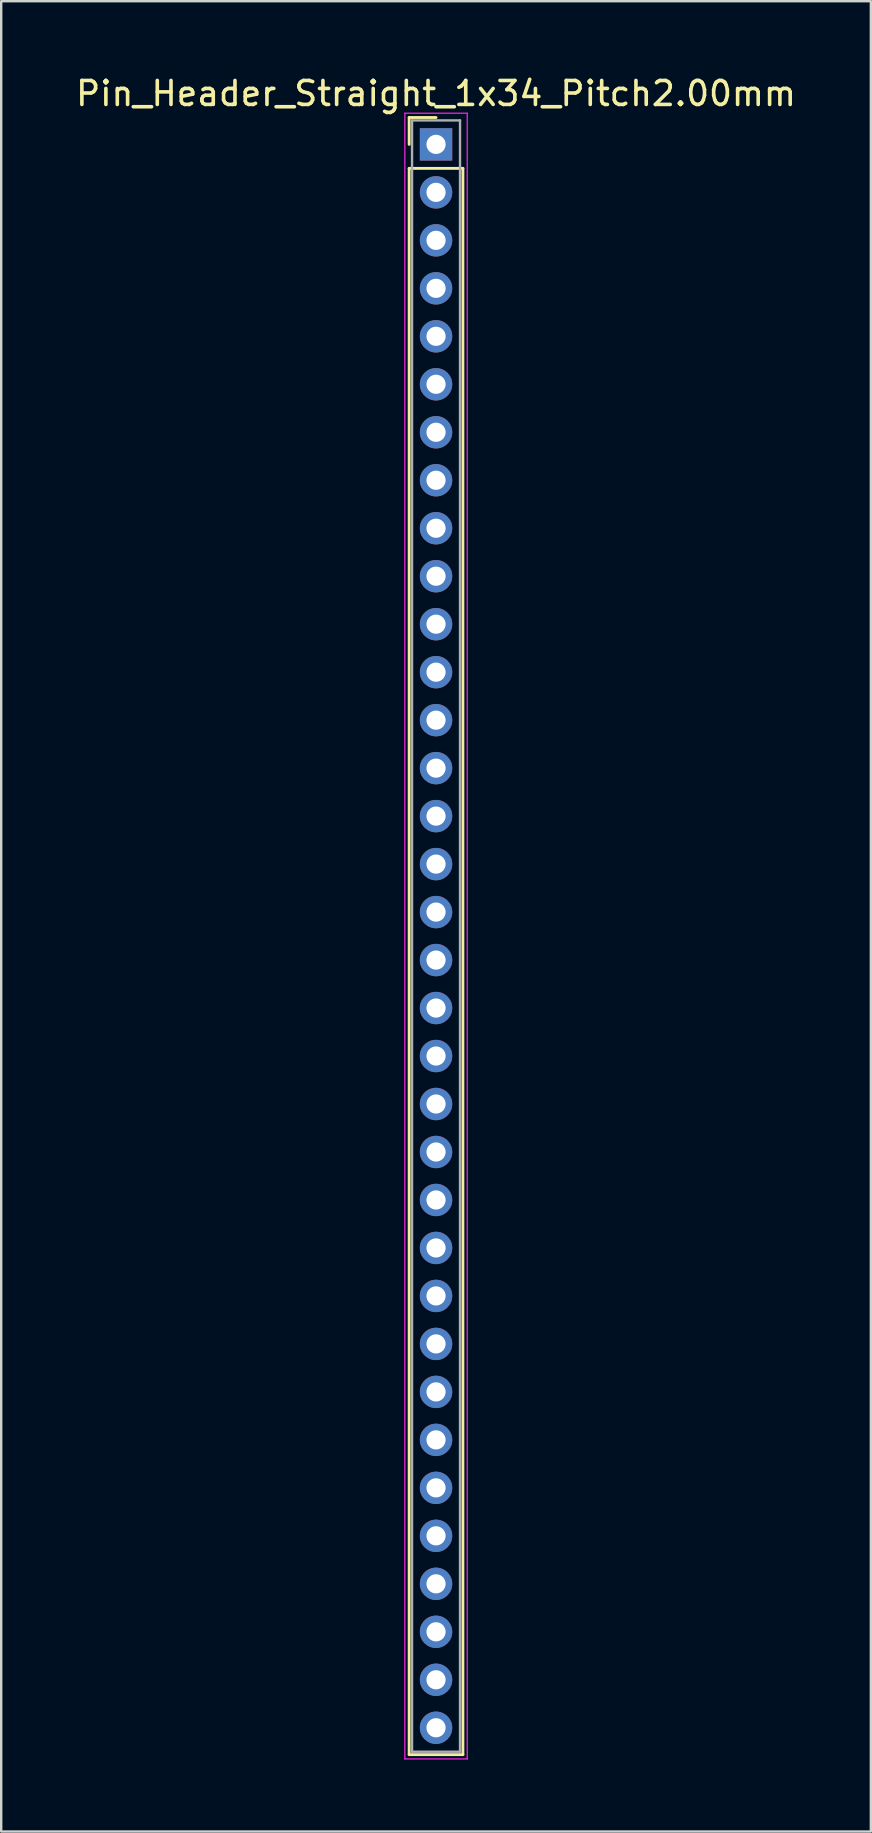
<source format=kicad_pcb>
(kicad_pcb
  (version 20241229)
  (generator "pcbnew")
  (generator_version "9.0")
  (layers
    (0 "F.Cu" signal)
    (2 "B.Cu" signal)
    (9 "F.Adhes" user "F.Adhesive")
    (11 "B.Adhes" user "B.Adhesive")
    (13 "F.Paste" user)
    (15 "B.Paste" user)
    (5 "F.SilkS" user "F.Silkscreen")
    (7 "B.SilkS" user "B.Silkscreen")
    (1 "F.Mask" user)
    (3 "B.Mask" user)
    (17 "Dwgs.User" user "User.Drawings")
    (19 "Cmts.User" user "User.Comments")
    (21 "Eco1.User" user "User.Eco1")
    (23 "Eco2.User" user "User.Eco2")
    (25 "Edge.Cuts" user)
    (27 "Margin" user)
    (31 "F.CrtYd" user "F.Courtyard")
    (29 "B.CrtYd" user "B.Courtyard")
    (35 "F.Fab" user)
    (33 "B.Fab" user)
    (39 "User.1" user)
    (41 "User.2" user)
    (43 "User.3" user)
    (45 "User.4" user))
  (footprint "Pin_Header_Straight_1x34_Pitch2.00mm"
    (layer "F.Cu")
    (at 15.125 2.968)
    (property "Reference" "Pin_Header_Straight_1x34_Pitch2.00mm" (at 0 -2.12 0) (layer "F.SilkS") (effects (font (size 1 1) (thickness 0.15))))
    (attr through_hole)
    (fp_line (start -1.12 -1.12) (end 0 -1.12) (stroke (width 0.12) (type solid)) (layer "F.SilkS"))
    (fp_line (start -1.12 0) (end -1.12 -1.12) (stroke (width 0.12) (type solid)) (layer "F.SilkS"))
    (fp_line (start -1.12 1) (end -1.12 67.12) (stroke (width 0.12) (type solid)) (layer "F.SilkS"))
    (fp_line (start -1.12 67.12) (end 1.12 67.12) (stroke (width 0.12) (type solid)) (layer "F.SilkS"))
    (fp_line (start 1.12 1) (end -1.12 1) (stroke (width 0.12) (type solid)) (layer "F.SilkS"))
    (fp_line (start 1.12 67.12) (end 1.12 1) (stroke (width 0.12) (type solid)) (layer "F.SilkS"))
    (fp_line (start -1.3 -1.3) (end -1.3 67.3) (stroke (width 0.05) (type solid)) (layer "F.CrtYd"))
    (fp_line (start -1.3 67.3) (end 1.3 67.3) (stroke (width 0.05) (type solid)) (layer "F.CrtYd"))
    (fp_line (start 1.3 -1.3) (end -1.3 -1.3) (stroke (width 0.05) (type solid)) (layer "F.CrtYd"))
    (fp_line (start 1.3 67.3) (end 1.3 -1.3) (stroke (width 0.05) (type solid)) (layer "F.CrtYd"))
    (fp_line (start -1 -1) (end -1 67) (stroke (width 0.1) (type solid)) (layer "F.Fab"))
    (fp_line (start -1 67) (end 1 67) (stroke (width 0.1) (type solid)) (layer "F.Fab"))
    (fp_line (start 1 -1) (end -1 -1) (stroke (width 0.1) (type solid)) (layer "F.Fab"))
    (fp_line (start 1 67) (end 1 -1) (stroke (width 0.1) (type solid)) (layer "F.Fab"))
    (pad "1" thru_hole rect (at 0 0) (size 1.35 1.35) (drill 0.8) (layers "*.Cu" "*.Mask"))
    (pad "2" thru_hole oval (at 0 2) (size 1.35 1.35) (drill 0.8) (layers "*.Cu" "*.Mask"))
    (pad "3" thru_hole oval (at 0 4) (size 1.35 1.35) (drill 0.8) (layers "*.Cu" "*.Mask"))
    (pad "4" thru_hole oval (at 0 6) (size 1.35 1.35) (drill 0.8) (layers "*.Cu" "*.Mask"))
    (pad "5" thru_hole oval (at 0 8) (size 1.35 1.35) (drill 0.8) (layers "*.Cu" "*.Mask"))
    (pad "6" thru_hole oval (at 0 10) (size 1.35 1.35) (drill 0.8) (layers "*.Cu" "*.Mask"))
    (pad "7" thru_hole oval (at 0 12) (size 1.35 1.35) (drill 0.8) (layers "*.Cu" "*.Mask"))
    (pad "8" thru_hole oval (at 0 14) (size 1.35 1.35) (drill 0.8) (layers "*.Cu" "*.Mask"))
    (pad "9" thru_hole oval (at 0 16) (size 1.35 1.35) (drill 0.8) (layers "*.Cu" "*.Mask"))
    (pad "10" thru_hole oval (at 0 18) (size 1.35 1.35) (drill 0.8) (layers "*.Cu" "*.Mask"))
    (pad "11" thru_hole oval (at 0 20) (size 1.35 1.35) (drill 0.8) (layers "*.Cu" "*.Mask"))
    (pad "12" thru_hole oval (at 0 22) (size 1.35 1.35) (drill 0.8) (layers "*.Cu" "*.Mask"))
    (pad "13" thru_hole oval (at 0 24) (size 1.35 1.35) (drill 0.8) (layers "*.Cu" "*.Mask"))
    (pad "14" thru_hole oval (at 0 26) (size 1.35 1.35) (drill 0.8) (layers "*.Cu" "*.Mask"))
    (pad "15" thru_hole oval (at 0 28) (size 1.35 1.35) (drill 0.8) (layers "*.Cu" "*.Mask"))
    (pad "16" thru_hole oval (at 0 30) (size 1.35 1.35) (drill 0.8) (layers "*.Cu" "*.Mask"))
    (pad "17" thru_hole oval (at 0 32) (size 1.35 1.35) (drill 0.8) (layers "*.Cu" "*.Mask"))
    (pad "18" thru_hole oval (at 0 34) (size 1.35 1.35) (drill 0.8) (layers "*.Cu" "*.Mask"))
    (pad "19" thru_hole oval (at 0 36) (size 1.35 1.35) (drill 0.8) (layers "*.Cu" "*.Mask"))
    (pad "20" thru_hole oval (at 0 38) (size 1.35 1.35) (drill 0.8) (layers "*.Cu" "*.Mask"))
    (pad "21" thru_hole oval (at 0 40) (size 1.35 1.35) (drill 0.8) (layers "*.Cu" "*.Mask"))
    (pad "22" thru_hole oval (at 0 42) (size 1.35 1.35) (drill 0.8) (layers "*.Cu" "*.Mask"))
    (pad "23" thru_hole oval (at 0 44) (size 1.35 1.35) (drill 0.8) (layers "*.Cu" "*.Mask"))
    (pad "24" thru_hole oval (at 0 46) (size 1.35 1.35) (drill 0.8) (layers "*.Cu" "*.Mask"))
    (pad "25" thru_hole oval (at 0 48) (size 1.35 1.35) (drill 0.8) (layers "*.Cu" "*.Mask"))
    (pad "26" thru_hole oval (at 0 50) (size 1.35 1.35) (drill 0.8) (layers "*.Cu" "*.Mask"))
    (pad "27" thru_hole oval (at 0 52) (size 1.35 1.35) (drill 0.8) (layers "*.Cu" "*.Mask"))
    (pad "28" thru_hole oval (at 0 54) (size 1.35 1.35) (drill 0.8) (layers "*.Cu" "*.Mask"))
    (pad "29" thru_hole oval (at 0 56) (size 1.35 1.35) (drill 0.8) (layers "*.Cu" "*.Mask"))
    (pad "30" thru_hole oval (at 0 58) (size 1.35 1.35) (drill 0.8) (layers "*.Cu" "*.Mask"))
    (pad "31" thru_hole oval (at 0 60) (size 1.35 1.35) (drill 0.8) (layers "*.Cu" "*.Mask"))
    (pad "32" thru_hole oval (at 0 62) (size 1.35 1.35) (drill 0.8) (layers "*.Cu" "*.Mask"))
    (pad "33" thru_hole oval (at 0 64) (size 1.35 1.35) (drill 0.8) (layers "*.Cu" "*.Mask"))
    (pad "34" thru_hole oval (at 0 66) (size 1.35 1.35) (drill 0.8) (layers "*.Cu" "*.Mask")))
  (gr_rect
    (start -3 -3)
    (end 33.25 73.293)
    (stroke (width 0.1) (type default))
    (fill no)
    (layer "Edge.Cuts")))
</source>
